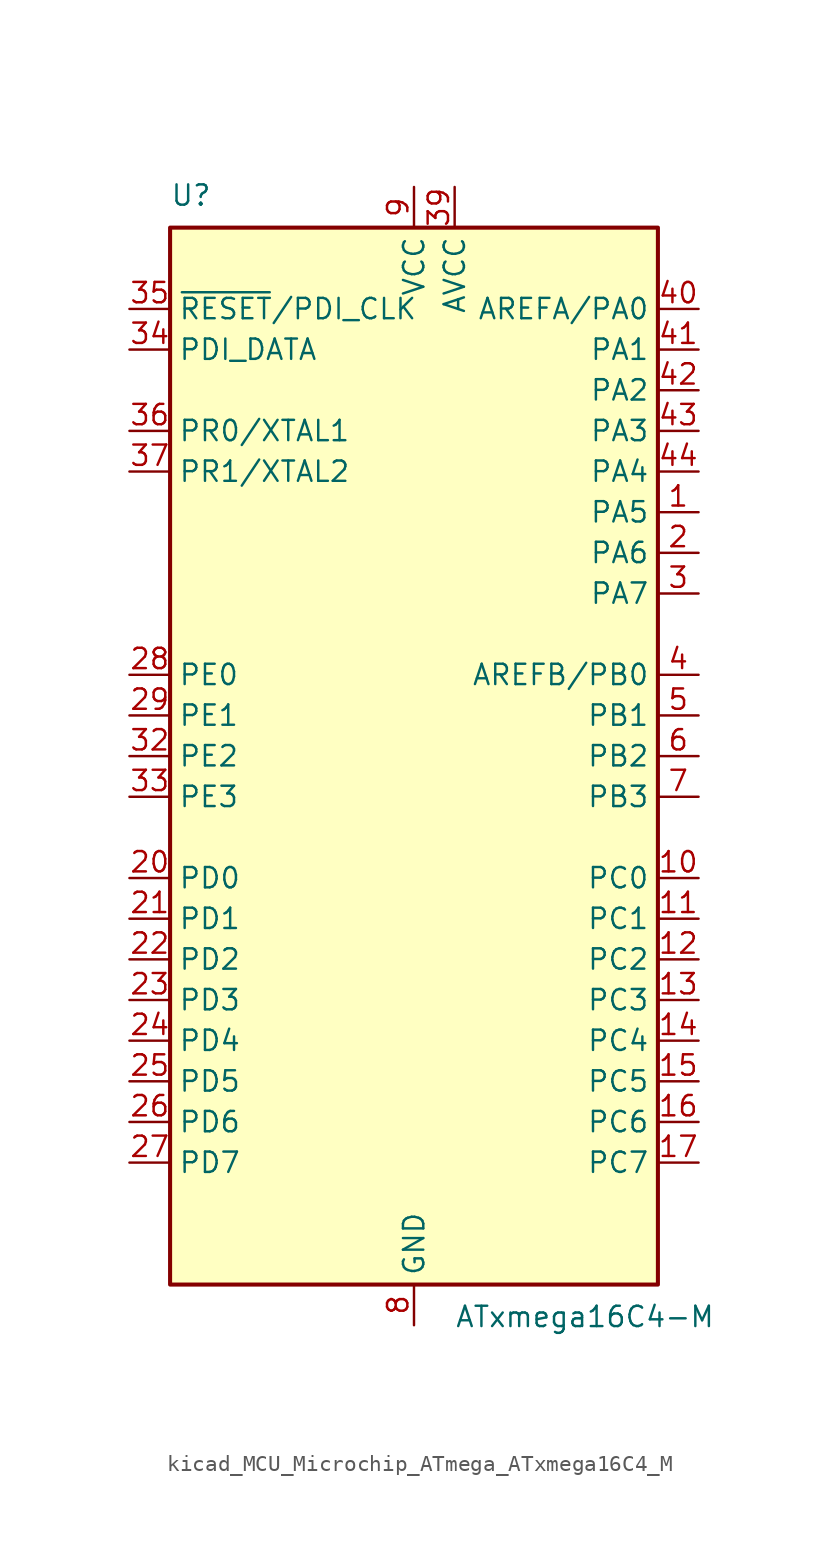
<source format=kicad_sym>
(kicad_symbol_lib
  (version 20220914)
  (generator kicad_symbol_editor)
  (symbol "kicad_MCU_Microchip_ATmega_ATxmega16C4_M"
    (property "Reference" "U"
      (at -15.24 34.29 0)
      (effects (font (size 1.27 1.27)) (justify left bottom)))
    (property "Value" "ATxmega16C4-M"
      (at 2.54 -34.29 0)
      (effects (font (size 1.27 1.27)) (justify left top)))
    (symbol "kicad_MCU_Microchip_ATmega_ATxmega16C4_M_0_1"
      (rectangle (start -15.24 -33.02) (end 15.24 33.02) (stroke (width 0.254) (type default)) (fill (type background))))
    (symbol "kicad_MCU_Microchip_ATmega_ATxmega16C4_M_1_1"
      (pin bidirectional line (at 17.78 15.24 180) (length 2.54) (name "PA5" (effects (font (size 1.27 1.27)))) (number "1" (effects (font (size 1.27 1.27)))))
      (pin bidirectional line (at 17.78 -7.62 180) (length 2.54) (name "PC0" (effects (font (size 1.27 1.27)))) (number "10" (effects (font (size 1.27 1.27)))))
      (pin bidirectional line (at 17.78 -10.16 180) (length 2.54) (name "PC1" (effects (font (size 1.27 1.27)))) (number "11" (effects (font (size 1.27 1.27)))))
      (pin bidirectional line (at 17.78 -12.7 180) (length 2.54) (name "PC2" (effects (font (size 1.27 1.27)))) (number "12" (effects (font (size 1.27 1.27)))))
      (pin bidirectional line (at 17.78 -15.24 180) (length 2.54) (name "PC3" (effects (font (size 1.27 1.27)))) (number "13" (effects (font (size 1.27 1.27)))))
      (pin bidirectional line (at 17.78 -17.78 180) (length 2.54) (name "PC4" (effects (font (size 1.27 1.27)))) (number "14" (effects (font (size 1.27 1.27)))))
      (pin bidirectional line (at 17.78 -20.32 180) (length 2.54) (name "PC5" (effects (font (size 1.27 1.27)))) (number "15" (effects (font (size 1.27 1.27)))))
      (pin bidirectional line (at 17.78 -22.86 180) (length 2.54) (name "PC6" (effects (font (size 1.27 1.27)))) (number "16" (effects (font (size 1.27 1.27)))))
      (pin bidirectional line (at 17.78 -25.4 180) (length 2.54) (name "PC7" (effects (font (size 1.27 1.27)))) (number "17" (effects (font (size 1.27 1.27)))))
      (pin passive line (at 0 -35.56 90) (length 2.54) hide (name "GND" (effects (font (size 1.27 1.27)))) (number "18" (effects (font (size 1.27 1.27)))))
      (pin passive line (at 0 35.56 270) (length 2.54) hide (name "VCC" (effects (font (size 1.27 1.27)))) (number "19" (effects (font (size 1.27 1.27)))))
      (pin bidirectional line (at 17.78 12.7 180) (length 2.54) (name "PA6" (effects (font (size 1.27 1.27)))) (number "2" (effects (font (size 1.27 1.27)))))
      (pin bidirectional line (at -17.78 -7.62 0) (length 2.54) (name "PD0" (effects (font (size 1.27 1.27)))) (number "20" (effects (font (size 1.27 1.27)))))
      (pin bidirectional line (at -17.78 -10.16 0) (length 2.54) (name "PD1" (effects (font (size 1.27 1.27)))) (number "21" (effects (font (size 1.27 1.27)))))
      (pin bidirectional line (at -17.78 -12.7 0) (length 2.54) (name "PD2" (effects (font (size 1.27 1.27)))) (number "22" (effects (font (size 1.27 1.27)))))
      (pin bidirectional line (at -17.78 -15.24 0) (length 2.54) (name "PD3" (effects (font (size 1.27 1.27)))) (number "23" (effects (font (size 1.27 1.27)))))
      (pin bidirectional line (at -17.78 -17.78 0) (length 2.54) (name "PD4" (effects (font (size 1.27 1.27)))) (number "24" (effects (font (size 1.27 1.27)))))
      (pin bidirectional line (at -17.78 -20.32 0) (length 2.54) (name "PD5" (effects (font (size 1.27 1.27)))) (number "25" (effects (font (size 1.27 1.27)))))
      (pin bidirectional line (at -17.78 -22.86 0) (length 2.54) (name "PD6" (effects (font (size 1.27 1.27)))) (number "26" (effects (font (size 1.27 1.27)))))
      (pin bidirectional line (at -17.78 -25.4 0) (length 2.54) (name "PD7" (effects (font (size 1.27 1.27)))) (number "27" (effects (font (size 1.27 1.27)))))
      (pin bidirectional line (at -17.78 5.08 0) (length 2.54) (name "PE0" (effects (font (size 1.27 1.27)))) (number "28" (effects (font (size 1.27 1.27)))))
      (pin bidirectional line (at -17.78 2.54 0) (length 2.54) (name "PE1" (effects (font (size 1.27 1.27)))) (number "29" (effects (font (size 1.27 1.27)))))
      (pin bidirectional line (at 17.78 10.16 180) (length 2.54) (name "PA7" (effects (font (size 1.27 1.27)))) (number "3" (effects (font (size 1.27 1.27)))))
      (pin passive line (at 0 -35.56 90) (length 2.54) hide (name "GND" (effects (font (size 1.27 1.27)))) (number "30" (effects (font (size 1.27 1.27)))))
      (pin passive line (at 0 35.56 270) (length 2.54) hide (name "VCC" (effects (font (size 1.27 1.27)))) (number "31" (effects (font (size 1.27 1.27)))))
      (pin bidirectional line (at -17.78 0 0) (length 2.54) (name "PE2" (effects (font (size 1.27 1.27)))) (number "32" (effects (font (size 1.27 1.27)))))
      (pin bidirectional line (at -17.78 -2.54 0) (length 2.54) (name "PE3" (effects (font (size 1.27 1.27)))) (number "33" (effects (font (size 1.27 1.27)))))
      (pin bidirectional line (at -17.78 25.4 0) (length 2.54) (name "PDI_DATA" (effects (font (size 1.27 1.27)))) (number "34" (effects (font (size 1.27 1.27)))))
      (pin input line (at -17.78 27.94 0) (length 2.54) (name "~{RESET}/PDI_CLK" (effects (font (size 1.27 1.27)))) (number "35" (effects (font (size 1.27 1.27)))))
      (pin bidirectional line (at -17.78 20.32 0) (length 2.54) (name "PR0/XTAL1" (effects (font (size 1.27 1.27)))) (number "36" (effects (font (size 1.27 1.27)))))
      (pin bidirectional line (at -17.78 17.78 0) (length 2.54) (name "PR1/XTAL2" (effects (font (size 1.27 1.27)))) (number "37" (effects (font (size 1.27 1.27)))))
      (pin passive line (at 0 -35.56 90) (length 2.54) hide (name "GND" (effects (font (size 1.27 1.27)))) (number "38" (effects (font (size 1.27 1.27)))))
      (pin power_in line (at 2.54 35.56 270) (length 2.54) (name "AVCC" (effects (font (size 1.27 1.27)))) (number "39" (effects (font (size 1.27 1.27)))))
      (pin bidirectional line (at 17.78 5.08 180) (length 2.54) (name "AREFB/PB0" (effects (font (size 1.27 1.27)))) (number "4" (effects (font (size 1.27 1.27)))))
      (pin bidirectional line (at 17.78 27.94 180) (length 2.54) (name "AREFA/PA0" (effects (font (size 1.27 1.27)))) (number "40" (effects (font (size 1.27 1.27)))))
      (pin bidirectional line (at 17.78 25.4 180) (length 2.54) (name "PA1" (effects (font (size 1.27 1.27)))) (number "41" (effects (font (size 1.27 1.27)))))
      (pin bidirectional line (at 17.78 22.86 180) (length 2.54) (name "PA2" (effects (font (size 1.27 1.27)))) (number "42" (effects (font (size 1.27 1.27)))))
      (pin bidirectional line (at 17.78 20.32 180) (length 2.54) (name "PA3" (effects (font (size 1.27 1.27)))) (number "43" (effects (font (size 1.27 1.27)))))
      (pin bidirectional line (at 17.78 17.78 180) (length 2.54) (name "PA4" (effects (font (size 1.27 1.27)))) (number "44" (effects (font (size 1.27 1.27)))))
      (pin passive line (at 0 -35.56 90) (length 2.54) hide (name "GND" (effects (font (size 1.27 1.27)))) (number "45" (effects (font (size 1.27 1.27)))))
      (pin bidirectional line (at 17.78 2.54 180) (length 2.54) (name "PB1" (effects (font (size 1.27 1.27)))) (number "5" (effects (font (size 1.27 1.27)))))
      (pin bidirectional line (at 17.78 0 180) (length 2.54) (name "PB2" (effects (font (size 1.27 1.27)))) (number "6" (effects (font (size 1.27 1.27)))))
      (pin bidirectional line (at 17.78 -2.54 180) (length 2.54) (name "PB3" (effects (font (size 1.27 1.27)))) (number "7" (effects (font (size 1.27 1.27)))))
      (pin power_in line (at 0 -35.56 90) (length 2.54) (name "GND" (effects (font (size 1.27 1.27)))) (number "8" (effects (font (size 1.27 1.27)))))
      (pin power_in line (at 0 35.56 270) (length 2.54) (name "VCC" (effects (font (size 1.27 1.27)))) (number "9" (effects (font (size 1.27 1.27))))))))
</source>
